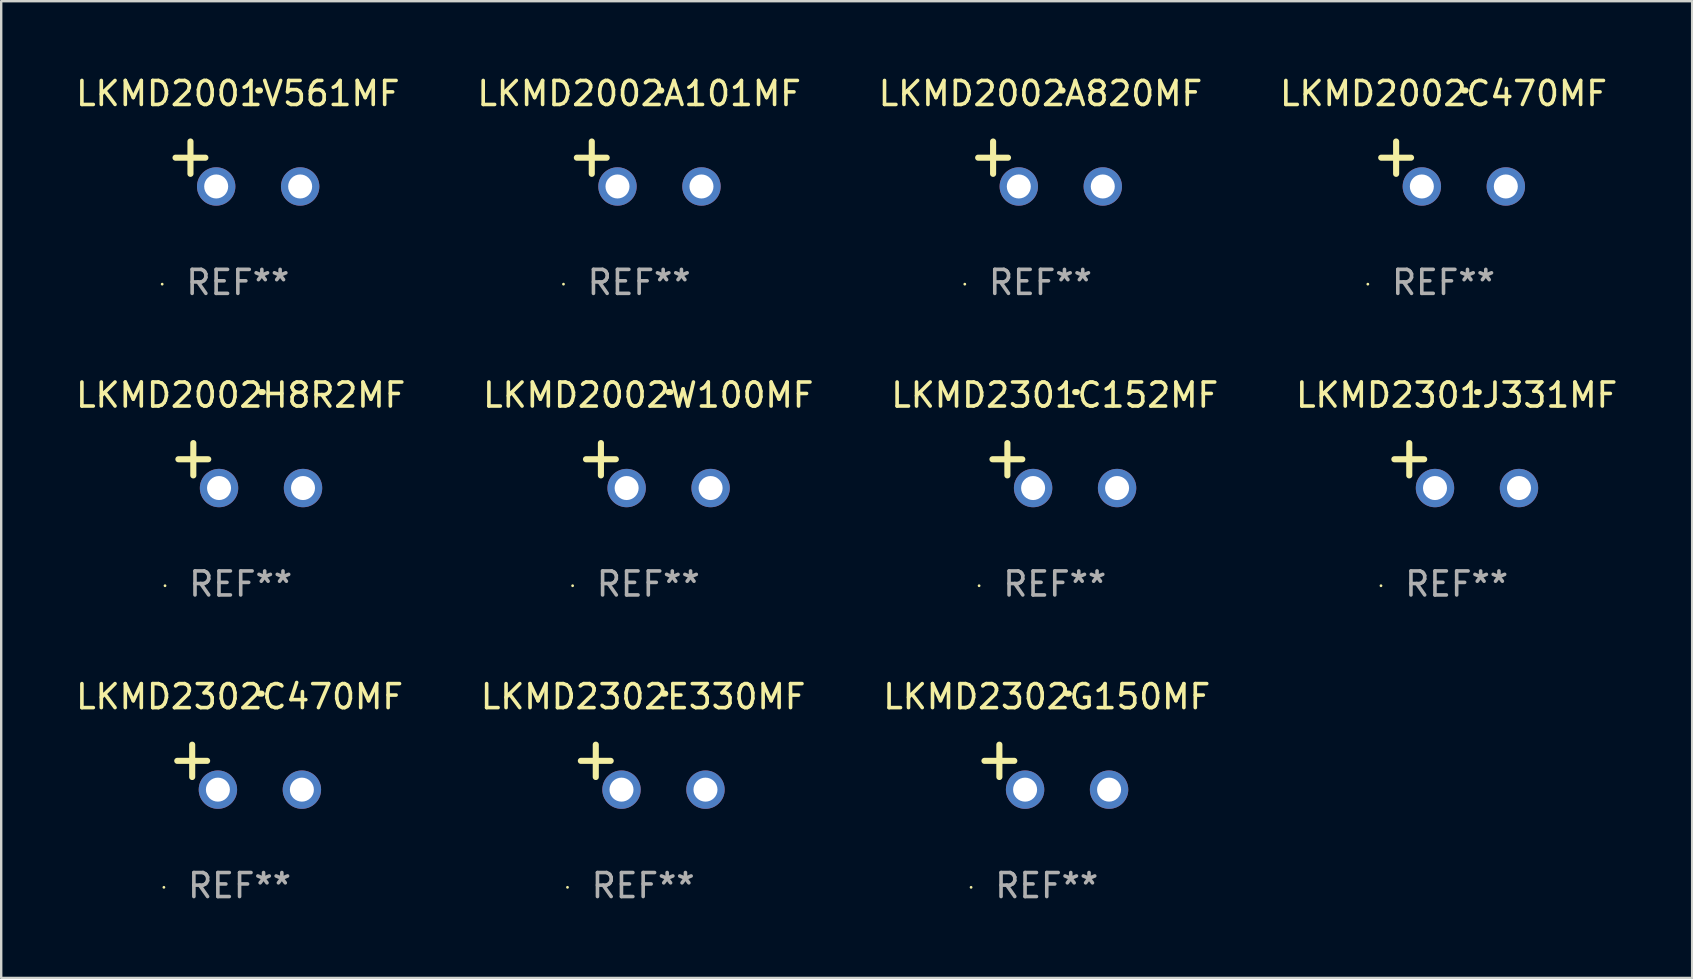
<source format=kicad_pcb>
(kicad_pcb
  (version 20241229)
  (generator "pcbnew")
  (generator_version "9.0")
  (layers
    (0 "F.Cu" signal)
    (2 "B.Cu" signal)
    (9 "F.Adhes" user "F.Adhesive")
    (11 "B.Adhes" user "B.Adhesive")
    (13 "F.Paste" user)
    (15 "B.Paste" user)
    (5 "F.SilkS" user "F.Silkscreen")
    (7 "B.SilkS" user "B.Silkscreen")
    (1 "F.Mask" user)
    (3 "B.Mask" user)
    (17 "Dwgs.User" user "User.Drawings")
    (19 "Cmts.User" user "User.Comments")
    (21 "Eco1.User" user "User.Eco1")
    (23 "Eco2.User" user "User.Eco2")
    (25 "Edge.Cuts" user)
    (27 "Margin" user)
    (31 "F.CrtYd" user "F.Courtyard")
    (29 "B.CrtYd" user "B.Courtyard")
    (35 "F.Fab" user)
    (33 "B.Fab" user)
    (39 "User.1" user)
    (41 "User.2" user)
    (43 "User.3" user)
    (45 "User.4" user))
  (footprint "LKMD2002W100MF"
    (layer "F.Cu")
    (at 23.97 16.354)
    (property "Reference" "LKMD2002W100MF" (at 0 -2.937 0) (layer "F.SilkS") (effects (font (size 1 1) (thickness 0.15))))
    (attr through_hole)
    (fp_line (start -1.975 0.41) (end -1.975 -0.937) (stroke (width 0.254) (type solid)) (layer "F.SilkS"))
    (fp_line (start -1.353 -0.263) (end -2.597 -0.263) (stroke (width 0.254) (type solid)) (layer "F.SilkS"))
    (fp_arc (start 0.849809 -3.063957) (mid 0.885369 -3.064114) (end 0.920929 -3.063957) (stroke (width 0.254001) (type solid)) (layer "F.SilkS"))
    (fp_circle (center -3.154 5.008) (end -3.124 5.008) (stroke (width 0.06) (type solid)) (fill no) (layer "F.SilkS"))
    (fp_text user "REF**" (at 0 4.937 0) (layer "F.Fab") (effects (font (size 1 1) (thickness 0.15))))
    (pad "1" thru_hole circle (at -0.903 0.937) (size 1.6 1.6) (drill 1) (layers "*.Cu" "*.Mask"))
    (pad "2" thru_hole circle (at 2.597 0.937) (size 1.6 1.6) (drill 1) (layers "*.Cu" "*.Mask")))
  (footprint "LKMD2002C470MF"
    (layer "F.Cu")
    (at 57.113 3.785)
    (property "Reference" "LKMD2002C470MF" (at 0 -2.937 0) (layer "F.SilkS") (effects (font (size 1 1) (thickness 0.15))))
    (attr through_hole)
    (fp_line (start -1.975 0.41) (end -1.975 -0.937) (stroke (width 0.254) (type solid)) (layer "F.SilkS"))
    (fp_line (start -1.353 -0.263) (end -2.597 -0.263) (stroke (width 0.254) (type solid)) (layer "F.SilkS"))
    (fp_arc (start 0.849809 -3.063957) (mid 0.885369 -3.064114) (end 0.920929 -3.063957) (stroke (width 0.254001) (type solid)) (layer "F.SilkS"))
    (fp_circle (center -3.154 5.008) (end -3.124 5.008) (stroke (width 0.06) (type solid)) (fill no) (layer "F.SilkS"))
    (fp_text user "REF**" (at 0 4.937 0) (layer "F.Fab") (effects (font (size 1 1) (thickness 0.15))))
    (pad "1" thru_hole circle (at -0.903 0.937) (size 1.6 1.6) (drill 1) (layers "*.Cu" "*.Mask"))
    (pad "2" thru_hole circle (at 2.597 0.937) (size 1.6 1.6) (drill 1) (layers "*.Cu" "*.Mask")))
  (footprint "LKMD2302G150MF"
    (layer "F.Cu")
    (at 40.577 28.924)
    (property "Reference" "LKMD2302G150MF" (at 0 -2.937 0) (layer "F.SilkS") (effects (font (size 1 1) (thickness 0.15))))
    (attr through_hole)
    (fp_line (start -1.975 0.41) (end -1.975 -0.937) (stroke (width 0.254) (type solid)) (layer "F.SilkS"))
    (fp_line (start -1.353 -0.263) (end -2.597 -0.263) (stroke (width 0.254) (type solid)) (layer "F.SilkS"))
    (fp_arc (start 0.849809 -3.063957) (mid 0.885369 -3.064114) (end 0.920929 -3.063957) (stroke (width 0.254001) (type solid)) (layer "F.SilkS"))
    (fp_circle (center -3.154 5.008) (end -3.124 5.008) (stroke (width 0.06) (type solid)) (fill no) (layer "F.SilkS"))
    (fp_text user "REF**" (at 0 4.937 0) (layer "F.Fab") (effects (font (size 1 1) (thickness 0.15))))
    (pad "1" thru_hole circle (at -0.903 0.937) (size 1.6 1.6) (drill 1) (layers "*.Cu" "*.Mask"))
    (pad "2" thru_hole circle (at 2.597 0.937) (size 1.6 1.6) (drill 1) (layers "*.Cu" "*.Mask")))
  (footprint "LKMD2002A101MF"
    (layer "F.Cu")
    (at 23.589 3.785)
    (property "Reference" "LKMD2002A101MF" (at 0 -2.937 0) (layer "F.SilkS") (effects (font (size 1 1) (thickness 0.15))))
    (attr through_hole)
    (fp_line (start -1.975 0.41) (end -1.975 -0.937) (stroke (width 0.254) (type solid)) (layer "F.SilkS"))
    (fp_line (start -1.353 -0.263) (end -2.597 -0.263) (stroke (width 0.254) (type solid)) (layer "F.SilkS"))
    (fp_arc (start 0.849809 -3.063957) (mid 0.885369 -3.064114) (end 0.920929 -3.063957) (stroke (width 0.254001) (type solid)) (layer "F.SilkS"))
    (fp_circle (center -3.154 5.008) (end -3.124 5.008) (stroke (width 0.06) (type solid)) (fill no) (layer "F.SilkS"))
    (fp_text user "REF**" (at 0 4.937 0) (layer "F.Fab") (effects (font (size 1 1) (thickness 0.15))))
    (pad "1" thru_hole circle (at -0.903 0.937) (size 1.6 1.6) (drill 1) (layers "*.Cu" "*.Mask"))
    (pad "2" thru_hole circle (at 2.597 0.937) (size 1.6 1.6) (drill 1) (layers "*.Cu" "*.Mask")))
  (footprint "LKMD2302E330MF"
    (layer "F.Cu")
    (at 23.756 28.924)
    (property "Reference" "LKMD2302E330MF" (at 0 -2.937 0) (layer "F.SilkS") (effects (font (size 1 1) (thickness 0.15))))
    (attr through_hole)
    (fp_line (start -1.975 0.41) (end -1.975 -0.937) (stroke (width 0.254) (type solid)) (layer "F.SilkS"))
    (fp_line (start -1.353 -0.263) (end -2.597 -0.263) (stroke (width 0.254) (type solid)) (layer "F.SilkS"))
    (fp_arc (start 0.849809 -3.063957) (mid 0.885369 -3.064114) (end 0.920929 -3.063957) (stroke (width 0.254001) (type solid)) (layer "F.SilkS"))
    (fp_circle (center -3.154 5.008) (end -3.124 5.008) (stroke (width 0.06) (type solid)) (fill no) (layer "F.SilkS"))
    (fp_text user "REF**" (at 0 4.937 0) (layer "F.Fab") (effects (font (size 1 1) (thickness 0.15))))
    (pad "1" thru_hole circle (at -0.903 0.937) (size 1.6 1.6) (drill 1) (layers "*.Cu" "*.Mask"))
    (pad "2" thru_hole circle (at 2.597 0.937) (size 1.6 1.6) (drill 1) (layers "*.Cu" "*.Mask")))
  (footprint "LKMD2301C152MF"
    (layer "F.Cu")
    (at 40.911 16.354)
    (property "Reference" "LKMD2301C152MF" (at 0 -2.937 0) (layer "F.SilkS") (effects (font (size 1 1) (thickness 0.15))))
    (attr through_hole)
    (fp_line (start -1.975 0.41) (end -1.975 -0.937) (stroke (width 0.254) (type solid)) (layer "F.SilkS"))
    (fp_line (start -1.353 -0.263) (end -2.597 -0.263) (stroke (width 0.254) (type solid)) (layer "F.SilkS"))
    (fp_arc (start 0.849809 -3.063957) (mid 0.885369 -3.064114) (end 0.920929 -3.063957) (stroke (width 0.254001) (type solid)) (layer "F.SilkS"))
    (fp_circle (center -3.154 5.008) (end -3.124 5.008) (stroke (width 0.06) (type solid)) (fill no) (layer "F.SilkS"))
    (fp_text user "REF**" (at 0 4.937 0) (layer "F.Fab") (effects (font (size 1 1) (thickness 0.15))))
    (pad "1" thru_hole circle (at -0.903 0.937) (size 1.6 1.6) (drill 1) (layers "*.Cu" "*.Mask"))
    (pad "2" thru_hole circle (at 2.597 0.937) (size 1.6 1.6) (drill 1) (layers "*.Cu" "*.Mask")))
  (footprint "LKMD2301J331MF"
    (layer "F.Cu")
    (at 57.661 16.354)
    (property "Reference" "LKMD2301J331MF" (at 0 -2.937 0) (layer "F.SilkS") (effects (font (size 1 1) (thickness 0.15))))
    (attr through_hole)
    (fp_line (start -1.975 0.41) (end -1.975 -0.937) (stroke (width 0.254) (type solid)) (layer "F.SilkS"))
    (fp_line (start -1.353 -0.263) (end -2.597 -0.263) (stroke (width 0.254) (type solid)) (layer "F.SilkS"))
    (fp_arc (start 0.849809 -3.063957) (mid 0.885369 -3.064114) (end 0.920929 -3.063957) (stroke (width 0.254001) (type solid)) (layer "F.SilkS"))
    (fp_circle (center -3.154 5.008) (end -3.124 5.008) (stroke (width 0.06) (type solid)) (fill no) (layer "F.SilkS"))
    (fp_text user "REF**" (at 0 4.937 0) (layer "F.Fab") (effects (font (size 1 1) (thickness 0.15))))
    (pad "1" thru_hole circle (at -0.903 0.937) (size 1.6 1.6) (drill 1) (layers "*.Cu" "*.Mask"))
    (pad "2" thru_hole circle (at 2.597 0.937) (size 1.6 1.6) (drill 1) (layers "*.Cu" "*.Mask")))
  (footprint "LKMD2002A820MF"
    (layer "F.Cu")
    (at 40.315 3.785)
    (property "Reference" "LKMD2002A820MF" (at 0 -2.937 0) (layer "F.SilkS") (effects (font (size 1 1) (thickness 0.15))))
    (attr through_hole)
    (fp_line (start -1.975 0.41) (end -1.975 -0.937) (stroke (width 0.254) (type solid)) (layer "F.SilkS"))
    (fp_line (start -1.353 -0.263) (end -2.597 -0.263) (stroke (width 0.254) (type solid)) (layer "F.SilkS"))
    (fp_arc (start 0.849809 -3.063957) (mid 0.885369 -3.064114) (end 0.920929 -3.063957) (stroke (width 0.254001) (type solid)) (layer "F.SilkS"))
    (fp_circle (center -3.154 5.008) (end -3.124 5.008) (stroke (width 0.06) (type solid)) (fill no) (layer "F.SilkS"))
    (fp_text user "REF**" (at 0 4.937 0) (layer "F.Fab") (effects (font (size 1 1) (thickness 0.15))))
    (pad "1" thru_hole circle (at -0.903 0.937) (size 1.6 1.6) (drill 1) (layers "*.Cu" "*.Mask"))
    (pad "2" thru_hole circle (at 2.597 0.937) (size 1.6 1.6) (drill 1) (layers "*.Cu" "*.Mask")))
  (footprint "LKMD2002H8R2MF"
    (layer "F.Cu")
    (at 6.982 16.354)
    (property "Reference" "LKMD2002H8R2MF" (at 0 -2.937 0) (layer "F.SilkS") (effects (font (size 1 1) (thickness 0.15))))
    (attr through_hole)
    (fp_line (start -1.975 0.41) (end -1.975 -0.937) (stroke (width 0.254) (type solid)) (layer "F.SilkS"))
    (fp_line (start -1.353 -0.263) (end -2.597 -0.263) (stroke (width 0.254) (type solid)) (layer "F.SilkS"))
    (fp_arc (start 0.849809 -3.063957) (mid 0.885369 -3.064114) (end 0.920929 -3.063957) (stroke (width 0.254001) (type solid)) (layer "F.SilkS"))
    (fp_circle (center -3.154 5.008) (end -3.124 5.008) (stroke (width 0.06) (type solid)) (fill no) (layer "F.SilkS"))
    (fp_text user "REF**" (at 0 4.937 0) (layer "F.Fab") (effects (font (size 1 1) (thickness 0.15))))
    (pad "1" thru_hole circle (at -0.903 0.937) (size 1.6 1.6) (drill 1) (layers "*.Cu" "*.Mask"))
    (pad "2" thru_hole circle (at 2.597 0.937) (size 1.6 1.6) (drill 1) (layers "*.Cu" "*.Mask")))
  (footprint "LKMD2001V561MF"
    (layer "F.Cu")
    (at 6.863 3.785)
    (property "Reference" "LKMD2001V561MF" (at 0 -2.937 0) (layer "F.SilkS") (effects (font (size 1 1) (thickness 0.15))))
    (attr through_hole)
    (fp_line (start -1.975 0.41) (end -1.975 -0.937) (stroke (width 0.254) (type solid)) (layer "F.SilkS"))
    (fp_line (start -1.353 -0.263) (end -2.597 -0.263) (stroke (width 0.254) (type solid)) (layer "F.SilkS"))
    (fp_arc (start 0.849809 -3.063957) (mid 0.885369 -3.064114) (end 0.920929 -3.063957) (stroke (width 0.254001) (type solid)) (layer "F.SilkS"))
    (fp_circle (center -3.154 5.008) (end -3.124 5.008) (stroke (width 0.06) (type solid)) (fill no) (layer "F.SilkS"))
    (fp_text user "REF**" (at 0 4.937 0) (layer "F.Fab") (effects (font (size 1 1) (thickness 0.15))))
    (pad "1" thru_hole circle (at -0.903 0.937) (size 1.6 1.6) (drill 1) (layers "*.Cu" "*.Mask"))
    (pad "2" thru_hole circle (at 2.597 0.937) (size 1.6 1.6) (drill 1) (layers "*.Cu" "*.Mask")))
  (footprint "LKMD2302C470MF"
    (layer "F.Cu")
    (at 6.935 28.924)
    (property "Reference" "LKMD2302C470MF" (at 0 -2.937 0) (layer "F.SilkS") (effects (font (size 1 1) (thickness 0.15))))
    (attr through_hole)
    (fp_line (start -1.975 0.41) (end -1.975 -0.937) (stroke (width 0.254) (type solid)) (layer "F.SilkS"))
    (fp_line (start -1.353 -0.263) (end -2.597 -0.263) (stroke (width 0.254) (type solid)) (layer "F.SilkS"))
    (fp_arc (start 0.849809 -3.063957) (mid 0.885369 -3.064114) (end 0.920929 -3.063957) (stroke (width 0.254001) (type solid)) (layer "F.SilkS"))
    (fp_circle (center -3.154 5.008) (end -3.124 5.008) (stroke (width 0.06) (type solid)) (fill no) (layer "F.SilkS"))
    (fp_text user "REF**" (at 0 4.937 0) (layer "F.Fab") (effects (font (size 1 1) (thickness 0.15))))
    (pad "1" thru_hole circle (at -0.903 0.937) (size 1.6 1.6) (drill 1) (layers "*.Cu" "*.Mask"))
    (pad "2" thru_hole circle (at 2.597 0.937) (size 1.6 1.6) (drill 1) (layers "*.Cu" "*.Mask")))
  (gr_rect
    (start -3 -3)
    (end 67.476 37.709)
    (stroke (width 0.1) (type default))
    (fill no)
    (layer "Edge.Cuts")))
</source>
